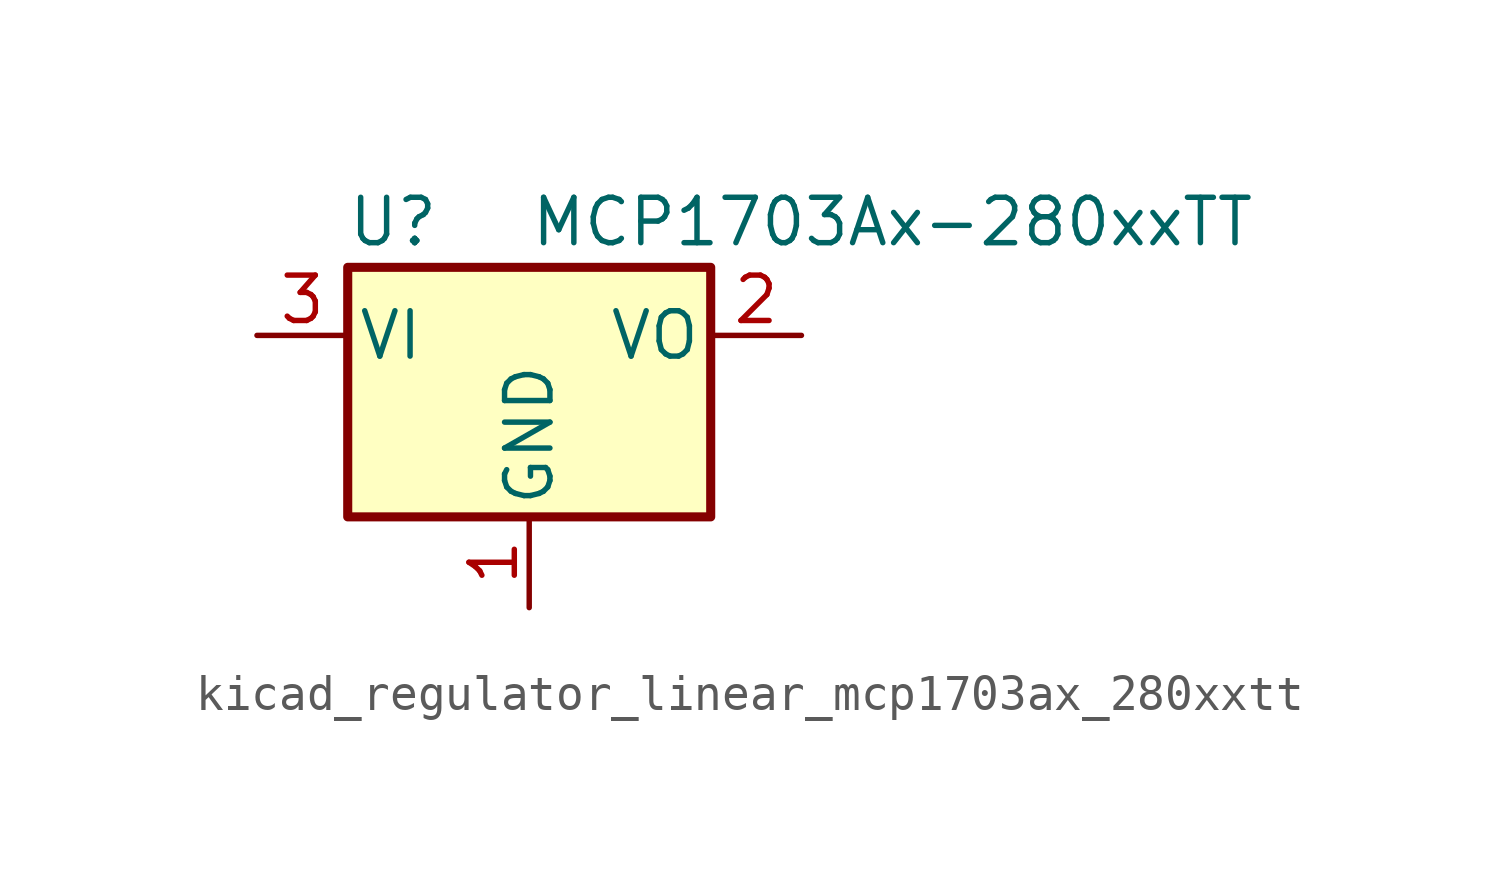
<source format=kicad_sym>
(kicad_symbol_lib
  (version 20220914)
  (generator kicad_symbol_editor)
  (symbol "kicad_regulator_linear_mcp1703ax_280xxtt"
    (pin_names
      (offset 0.254))
    (property "Reference" "U"
      (at -3.81 3.175 0)
      (effects (font (size 1.27 1.27))))
    (property "Value" "MCP1703Ax-280xxTT"
      (at 0 3.175 0)
      (effects (font (size 1.27 1.27)) (justify left)))
    (symbol "kicad_regulator_linear_mcp1703ax_280xxtt_0_1"
      (rectangle (start -5.08 -5.08) (end 5.08 1.905) (stroke (width 0.254) (type default)) (fill (type background))))
    (symbol "kicad_regulator_linear_mcp1703ax_280xxtt_1_1"
      (pin power_in line (at 0 -7.62 90) (length 2.54) (name "GND" (effects (font (size 1.27 1.27)))) (number "1" (effects (font (size 1.27 1.27)))))
      (pin power_out line (at 7.62 0 180) (length 2.54) (name "VO" (effects (font (size 1.27 1.27)))) (number "2" (effects (font (size 1.27 1.27)))))
      (pin power_in line (at -7.62 0 0) (length 2.54) (name "VI" (effects (font (size 1.27 1.27)))) (number "3" (effects (font (size 1.27 1.27))))))))
</source>
